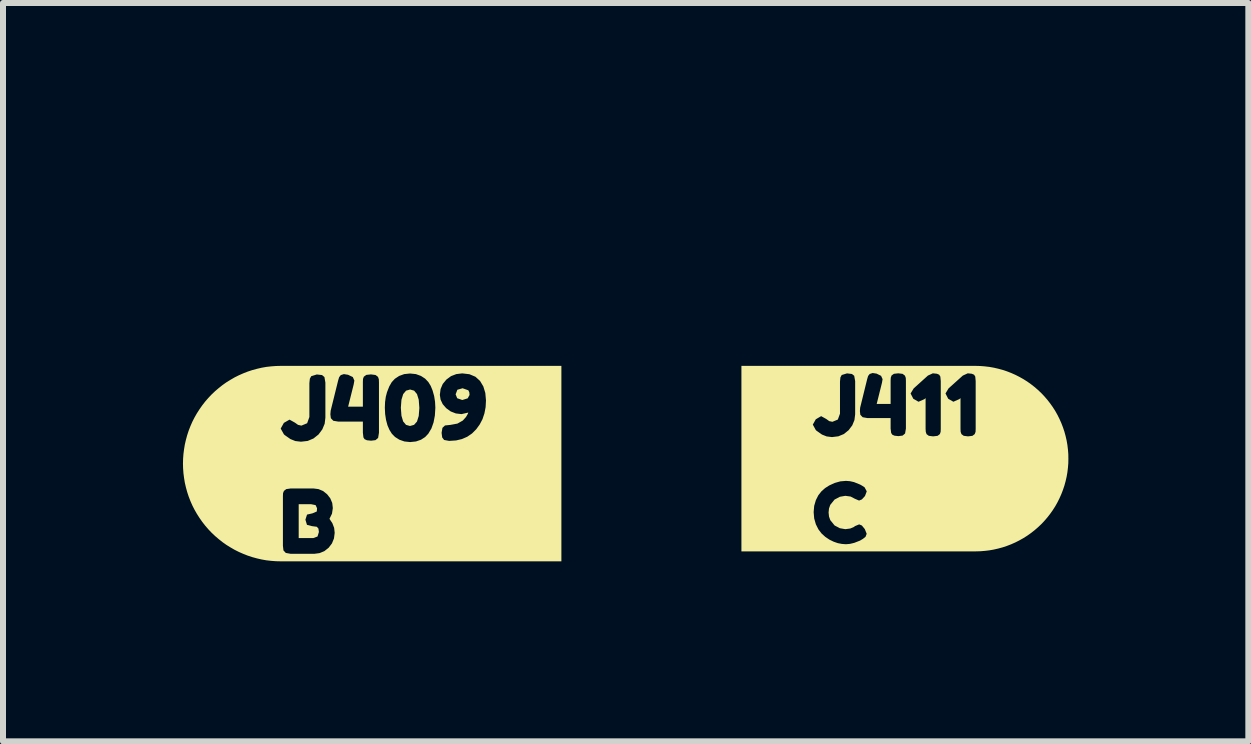
<source format=kicad_pcb>
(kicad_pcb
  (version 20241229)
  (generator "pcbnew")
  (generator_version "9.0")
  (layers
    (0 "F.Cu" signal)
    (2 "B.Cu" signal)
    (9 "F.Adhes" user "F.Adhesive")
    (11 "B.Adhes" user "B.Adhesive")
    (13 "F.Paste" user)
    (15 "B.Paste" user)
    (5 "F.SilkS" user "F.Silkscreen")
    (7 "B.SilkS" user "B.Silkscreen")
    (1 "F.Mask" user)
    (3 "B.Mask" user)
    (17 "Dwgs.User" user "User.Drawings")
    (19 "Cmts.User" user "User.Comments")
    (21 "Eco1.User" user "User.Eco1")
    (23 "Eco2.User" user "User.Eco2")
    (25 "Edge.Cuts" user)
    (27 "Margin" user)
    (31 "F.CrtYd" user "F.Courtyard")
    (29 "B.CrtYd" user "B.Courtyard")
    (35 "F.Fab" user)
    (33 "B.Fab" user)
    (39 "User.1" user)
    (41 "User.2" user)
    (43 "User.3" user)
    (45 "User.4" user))
  (footprint "kibuzzard-65BFD865"
    (layer "F.Cu")
    (at 3.154 4.678)
    (property "Reference" "kibuzzard-65BFD865" (at 0 -4.677 0) (layer "F.SilkS") (effects (font (size 0.001 0.001) (thickness 0.15))))
    (attr board_only exclude_from_pos_files exclude_from_bom)
    (fp_poly (pts (xy 1.507 -1.256) (xy 1.42 -1.231) (xy 1.391 -1.155) (xy 1.417 -1.09) (xy 1.502 -1.06) (xy 1.592 -1.088) (xy 1.623 -1.144) (xy 1.619 -1.188) (xy 1.603 -1.222) (xy 1.507 -1.256)) (stroke (width 0) (type solid)) (fill yes) (layer "F.SilkS"))
    (fp_poly (pts (xy -0.888 1.14) (xy -0.896 1.083) (xy -0.923 1.053) (xy -1.006 1.042) (xy -1.087 1.021) (xy -1.113 0.935) (xy -1.086 0.85) (xy -0.995 0.829) (xy -0.923 0.798) (xy -0.919 0.744) (xy -0.943 0.692) (xy -1.017 0.677) (xy -1.225 0.677) (xy -1.225 1.241) (xy -0.981 1.241) (xy -0.911 1.215) (xy -0.888 1.14)) (stroke (width 0) (type solid)) (fill yes) (layer "F.SilkS"))
    (fp_poly (pts (xy 0.63 -0.627) (xy 0.698 -0.646) (xy 0.747 -0.701) (xy 0.776 -0.794) (xy 0.786 -0.923) (xy 0.786 -0.932) (xy 0.776 -1.065) (xy 0.747 -1.159) (xy 0.699 -1.216) (xy 0.632 -1.235) (xy 0.565 -1.216) (xy 0.517 -1.159) (xy 0.488 -1.064) (xy 0.478 -0.931) (xy 0.488 -0.798) (xy 0.516 -0.703) (xy 0.564 -0.646) (xy 0.63 -0.627)) (stroke (width 0) (type solid)) (fill yes) (layer "F.SilkS"))
    (fp_poly (pts (xy -1.525 -1.629) (xy -1.525 -1.629) (xy -1.605 -1.627) (xy -1.684 -1.621) (xy -1.764 -1.612) (xy -1.843 -1.598) (xy -1.921 -1.58) (xy -1.998 -1.559) (xy -2.074 -1.534) (xy -2.148 -1.505) (xy -2.221 -1.473) (xy -2.293 -1.437) (xy -2.362 -1.397) (xy -2.43 -1.355) (xy -2.495 -1.309) (xy -2.558 -1.259) (xy -2.619 -1.207) (xy -2.677 -1.152) (xy -2.732 -1.094) (xy -2.784 -1.034) (xy -2.833 -0.971) (xy -2.879 -0.905) (xy -2.922 -0.838) (xy -2.962 -0.768) (xy -2.998 -0.697) (xy -3.03 -0.624) (xy -3.059 -0.549) (xy -3.084 -0.473) (xy -3.105 -0.396) (xy -3.123 -0.318) (xy -3.136 -0.239) (xy -3.146 -0.16) (xy -3.152 -0.08) (xy -3.154 0) (xy -3.152 0.08) (xy -3.146 0.16) (xy -3.136 0.239) (xy -3.123 0.318) (xy -3.105 0.396) (xy -3.084 0.473) (xy -3.059 0.549) (xy -3.03 0.624) (xy -2.998 0.697) (xy -2.962 0.768) (xy -2.922 0.838) (xy -2.879 0.905) (xy -2.833 0.971) (xy -2.784 1.034) (xy -2.732 1.094) (xy -2.677 1.152) (xy -2.619 1.207) (xy -2.558 1.259) (xy -2.495 1.309) (xy -2.43 1.355) (xy -2.362 1.397) (xy -2.293 1.437) (xy -2.221 1.473) (xy -2.148 1.505) (xy -2.074 1.534) (xy -1.998 1.559) (xy -1.921 1.58) (xy -1.843 1.598) (xy -1.764 1.612) (xy -1.684 1.621) (xy -1.605 1.627) (xy -1.525 1.629) (xy -1.525 1.629) (xy -0.966 1.629) (xy -0.966 1.504) (xy -1.357 1.504) (xy -1.44 1.489) (xy -1.479 1.447) (xy -1.488 1.37) (xy -1.488 0.545) (xy -1.486 0.493) (xy -1.471 0.455) (xy -1.432 0.425) (xy -1.356 0.414) (xy -1.187 0.414) (xy -1.187 -0.365) (xy -1.281 -0.376) (xy -1.363 -0.409) (xy -1.46 -0.477) (xy -1.472 -0.489) (xy -1.525 -0.584) (xy -1.472 -0.679) (xy -1.378 -0.733) (xy -1.288 -0.683) (xy -1.236 -0.646) (xy -1.18 -0.633) (xy -1.084 -0.673) (xy -1.047 -0.777) (xy -1.047 -1.341) (xy -1.039 -1.415) (xy -1.016 -1.457) (xy -0.923 -1.486) (xy -0.836 -1.476) (xy -0.796 -1.443) (xy -0.78 -1.35) (xy -0.78 -0.766) (xy -0.792 -0.665) (xy -0.831 -0.571) (xy -0.894 -0.486) (xy -0.978 -0.419) (xy -1.075 -0.378) (xy -1.187 -0.365) (xy -1.187 0.414) (xy -0.981 0.414) (xy -0.895 0.425) (xy -0.819 0.457) (xy -0.752 0.51) (xy -0.699 0.578) (xy -0.666 0.656) (xy -0.656 0.741) (xy -0.67 0.835) (xy -0.712 0.921) (xy -0.664 0.993) (xy -0.634 1.071) (xy -0.625 1.154) (xy -0.637 1.248) (xy -0.671 1.331) (xy -0.726 1.403) (xy -0.797 1.459) (xy -0.877 1.492) (xy -0.966 1.504) (xy -0.966 1.629) (xy -0.018 1.629) (xy -0.018 -0.382) (xy -0.087 -0.389) (xy -0.127 -0.407) (xy -0.146 -0.437) (xy -0.155 -0.516) (xy -0.155 -0.7) (xy -0.564 -0.7) (xy -0.648 -0.714) (xy -0.689 -0.757) (xy -0.697 -0.822) (xy -0.692 -0.882) (xy -0.567 -1.387) (xy -0.551 -1.44) (xy -0.524 -1.475) (xy -0.472 -1.492) (xy -0.403 -1.481) (xy -0.323 -1.443) (xy -0.297 -1.384) (xy -0.308 -1.321) (xy -0.309 -1.317) (xy -0.401 -0.949) (xy -0.155 -0.949) (xy -0.155 -1.36) (xy -0.153 -1.412) (xy -0.139 -1.449) (xy -0.097 -1.479) (xy -0.02 -1.487) (xy 0.056 -1.477) (xy 0.097 -1.446) (xy 0.111 -1.406) (xy 0.113 -1.353) (xy 0.113 -0.514) (xy 0.099 -0.428) (xy 0.055 -0.391) (xy -0.018 -0.382) (xy -0.018 1.629) (xy 0.633 1.629) (xy 0.633 -0.359) (xy 0.537 -0.369) (xy 0.452 -0.399) (xy 0.381 -0.444) (xy 0.328 -0.498) (xy 0.288 -0.562) (xy 0.255 -0.638) (xy 0.231 -0.728) (xy 0.216 -0.826) (xy 0.211 -0.932) (xy 0.215 -1.028) (xy 0.227 -1.114) (xy 0.247 -1.19) (xy 0.284 -1.285) (xy 0.326 -1.358) (xy 0.378 -1.414) (xy 0.449 -1.461) (xy 0.534 -1.492) (xy 0.632 -1.502) (xy 0.729 -1.492) (xy 0.814 -1.461) (xy 0.883 -1.416) (xy 0.936 -1.36) (xy 0.976 -1.295) (xy 1.007 -1.219) (xy 1.033 -1.126) (xy 1.048 -1.03) (xy 1.053 -0.931) (xy 1.045 -0.801) (xy 1.023 -0.686) (xy 0.987 -0.585) (xy 0.935 -0.498) (xy 0.883 -0.443) (xy 0.814 -0.398) (xy 0.73 -0.369) (xy 0.633 -0.359) (xy 0.633 1.629) (xy 1.29 1.629) (xy 1.29 -0.379) (xy 1.28 -0.379) (xy 1.199 -0.394) (xy 1.167 -0.436) (xy 1.157 -0.513) (xy 1.171 -0.596) (xy 1.214 -0.636) (xy 1.302 -0.645) (xy 1.421 -0.667) (xy 1.511 -0.718) (xy 1.564 -0.777) (xy 1.594 -0.829) (xy 1.602 -0.851) (xy 1.489 -0.825) (xy 1.395 -0.836) (xy 1.31 -0.869) (xy 1.234 -0.924) (xy 1.175 -0.992) (xy 1.14 -1.067) (xy 1.128 -1.146) (xy 1.14 -1.242) (xy 1.176 -1.327) (xy 1.237 -1.401) (xy 1.314 -1.458) (xy 1.402 -1.492) (xy 1.501 -1.504) (xy 1.621 -1.49) (xy 1.721 -1.448) (xy 1.798 -1.378) (xy 1.853 -1.286) (xy 1.886 -1.177) (xy 1.897 -1.053) (xy 1.891 -0.941) (xy 1.871 -0.837) (xy 1.839 -0.741) (xy 1.793 -0.653) (xy 1.734 -0.572) (xy 1.664 -0.502) (xy 1.585 -0.448) (xy 1.496 -0.409) (xy 1.398 -0.386) (xy 1.29 -0.379) (xy 1.29 1.629) (xy 1.897 1.629) (xy 3.154 1.629) (xy 3.154 -1.629) (xy 1.897 -1.629) (xy -1.525 -1.629)) (stroke (width 0) (type solid)) (fill yes) (layer "F.SilkS")))
  (footprint "kibuzzard-65BFD887"
    (layer "F.Cu")
    (at 12.034 4.595)
    (property "Reference" "kibuzzard-65BFD887" (at 0 -4.594 0) (layer "F.SilkS") (effects (font (size 0.001 0.001) (thickness 0.15))))
    (attr board_only exclude_from_pos_files exclude_from_bom)
    (fp_poly (pts (xy -1.535 -1.546) (xy -2.725 -1.546) (xy -2.725 1.546) (xy -1.535 1.546) (xy -0.983 1.546) (xy -0.983 1.427) (xy -1.05 1.422) (xy -1.118 1.409) (xy -1.187 1.385) (xy -1.259 1.35) (xy -1.327 1.304) (xy -1.389 1.248) (xy -1.441 1.18) (xy -1.484 1.095) (xy -1.512 0.997) (xy -1.521 0.892) (xy -1.512 0.787) (xy -1.484 0.692) (xy -1.443 0.611) (xy -1.391 0.545) (xy -1.33 0.491) (xy -1.261 0.447) (xy -1.215 0.426) (xy -1.215 -0.359) (xy -1.304 -0.37) (xy -1.382 -0.401) (xy -1.473 -0.465) (xy -1.485 -0.476) (xy -1.535 -0.567) (xy -1.485 -0.656) (xy -1.396 -0.708) (xy -1.311 -0.661) (xy -1.261 -0.625) (xy -1.208 -0.614) (xy -1.118 -0.651) (xy -1.082 -0.749) (xy -1.082 -1.284) (xy -1.075 -1.354) (xy -1.053 -1.394) (xy -0.965 -1.421) (xy -0.883 -1.411) (xy -0.845 -1.381) (xy -0.829 -1.292) (xy -0.829 -0.739) (xy -0.841 -0.643) (xy -0.877 -0.555) (xy -0.938 -0.474) (xy -1.017 -0.41) (xy -1.109 -0.372) (xy -1.215 -0.359) (xy -1.215 0.426) (xy -1.169 0.405) (xy -1.076 0.379) (xy -0.983 0.371) (xy -0.917 0.376) (xy -0.849 0.391) (xy -0.745 0.433) (xy -0.712 0.452) (xy -0.672 0.478) (xy -0.636 0.545) (xy -0.665 0.623) (xy -0.717 0.68) (xy -0.764 0.699) (xy -0.836 0.668) (xy -0.905 0.632) (xy -0.993 0.62) (xy -1.084 0.636) (xy -1.173 0.683) (xy -1.244 0.771) (xy -1.265 0.831) (xy -1.272 0.898) (xy -1.265 0.965) (xy -1.244 1.025) (xy -1.172 1.114) (xy -1.084 1.16) (xy -0.993 1.176) (xy -0.911 1.165) (xy -0.855 1.142) (xy -0.83 1.124) (xy -0.762 1.096) (xy -0.717 1.115) (xy -0.668 1.175) (xy -0.637 1.253) (xy -0.656 1.303) (xy -0.7 1.338) (xy -0.749 1.367) (xy -0.844 1.404) (xy -0.915 1.421) (xy -0.983 1.427) (xy -0.983 1.546) (xy -0.108 1.546) (xy -0.108 -0.375) (xy -0.173 -0.382) (xy -0.21 -0.399) (xy -0.229 -0.428) (xy -0.238 -0.502) (xy -0.238 -0.676) (xy -0.625 -0.676) (xy -0.704 -0.69) (xy -0.743 -0.731) (xy -0.75 -0.792) (xy -0.746 -0.849) (xy -0.628 -1.328) (xy -0.613 -1.378) (xy -0.587 -1.411) (xy -0.538 -1.427) (xy -0.472 -1.417) (xy -0.397 -1.38) (xy -0.372 -1.325) (xy -0.382 -1.265) (xy -0.383 -1.261) (xy -0.47 -0.912) (xy -0.238 -0.912) (xy -0.238 -1.302) (xy -0.235 -1.351) (xy -0.222 -1.386) (xy -0.183 -1.414) (xy -0.11 -1.422) (xy -0.038 -1.413) (xy 0.001 -1.383) (xy 0.015 -1.345) (xy 0.017 -1.295) (xy 0.017 -0.501) (xy 0.003 -0.419) (xy -0.038 -0.384) (xy -0.108 -0.375) (xy -0.108 1.546) (xy 0.471 1.546) (xy 0.471 -0.371) (xy 0.399 -0.38) (xy 0.361 -0.408) (xy 0.348 -0.447) (xy 0.345 -0.499) (xy 0.345 -1.009) (xy 0.327 -0.992) (xy 0.227 -0.948) (xy 0.14 -0.998) (xy 0.095 -1.086) (xy 0.147 -1.171) (xy 0.381 -1.382) (xy 0.385 -1.385) (xy 0.466 -1.422) (xy 0.534 -1.415) (xy 0.571 -1.399) (xy 0.591 -1.368) (xy 0.598 -1.292) (xy 0.598 -0.496) (xy 0.596 -0.447) (xy 0.583 -0.409) (xy 0.545 -0.38) (xy 0.471 -0.371) (xy 0.471 1.546) (xy 1.053 1.546) (xy 1.053 -0.371) (xy 0.981 -0.38) (xy 0.943 -0.408) (xy 0.929 -0.447) (xy 0.927 -0.499) (xy 0.927 -1.009) (xy 0.908 -0.992) (xy 0.808 -0.948) (xy 0.722 -0.998) (xy 0.677 -1.086) (xy 0.728 -1.171) (xy 0.963 -1.382) (xy 0.967 -1.385) (xy 1.048 -1.422) (xy 1.115 -1.415) (xy 1.153 -1.399) (xy 1.173 -1.368) (xy 1.18 -1.292) (xy 1.18 -0.496) (xy 1.178 -0.447) (xy 1.164 -0.409) (xy 1.126 -0.38) (xy 1.053 -0.371) (xy 1.053 1.546) (xy 1.18 1.546) (xy 1.18 1.546) (xy 1.256 1.544) (xy 1.331 1.538) (xy 1.407 1.529) (xy 1.481 1.516) (xy 1.555 1.499) (xy 1.629 1.479) (xy 1.701 1.455) (xy 1.771 1.428) (xy 1.841 1.397) (xy 1.908 1.363) (xy 1.974 1.326) (xy 2.039 1.285) (xy 2.101 1.241) (xy 2.16 1.195) (xy 2.218 1.145) (xy 2.273 1.093) (xy 2.325 1.038) (xy 2.375 0.98) (xy 2.421 0.921) (xy 2.465 0.859) (xy 2.506 0.795) (xy 2.543 0.729) (xy 2.577 0.661) (xy 2.608 0.591) (xy 2.635 0.521) (xy 2.659 0.449) (xy 2.679 0.376) (xy 2.696 0.302) (xy 2.709 0.227) (xy 2.718 0.151) (xy 2.724 0.076) (xy 2.725 0) (xy 2.724 -0.076) (xy 2.718 -0.151) (xy 2.709 -0.227) (xy 2.696 -0.302) (xy 2.679 -0.376) (xy 2.659 -0.449) (xy 2.635 -0.521) (xy 2.608 -0.591) (xy 2.577 -0.661) (xy 2.543 -0.729) (xy 2.506 -0.795) (xy 2.465 -0.859) (xy 2.421 -0.921) (xy 2.375 -0.98) (xy 2.325 -1.038) (xy 2.273 -1.093) (xy 2.218 -1.145) (xy 2.16 -1.195) (xy 2.101 -1.241) (xy 2.039 -1.285) (xy 1.974 -1.326) (xy 1.908 -1.363) (xy 1.841 -1.397) (xy 1.771 -1.428) (xy 1.701 -1.455) (xy 1.629 -1.479) (xy 1.555 -1.499) (xy 1.481 -1.516) (xy 1.407 -1.529) (xy 1.331 -1.538) (xy 1.256 -1.544) (xy 1.18 -1.546) (xy 1.18 -1.546) (xy -1.535 -1.546)) (stroke (width 0) (type solid)) (fill yes) (layer "F.SilkS")))
  (gr_rect
    (start -3 -3)
    (end 17.759 9.308)
    (stroke (width 0.1) (type default))
    (fill no)
    (layer "Edge.Cuts")))
</source>
